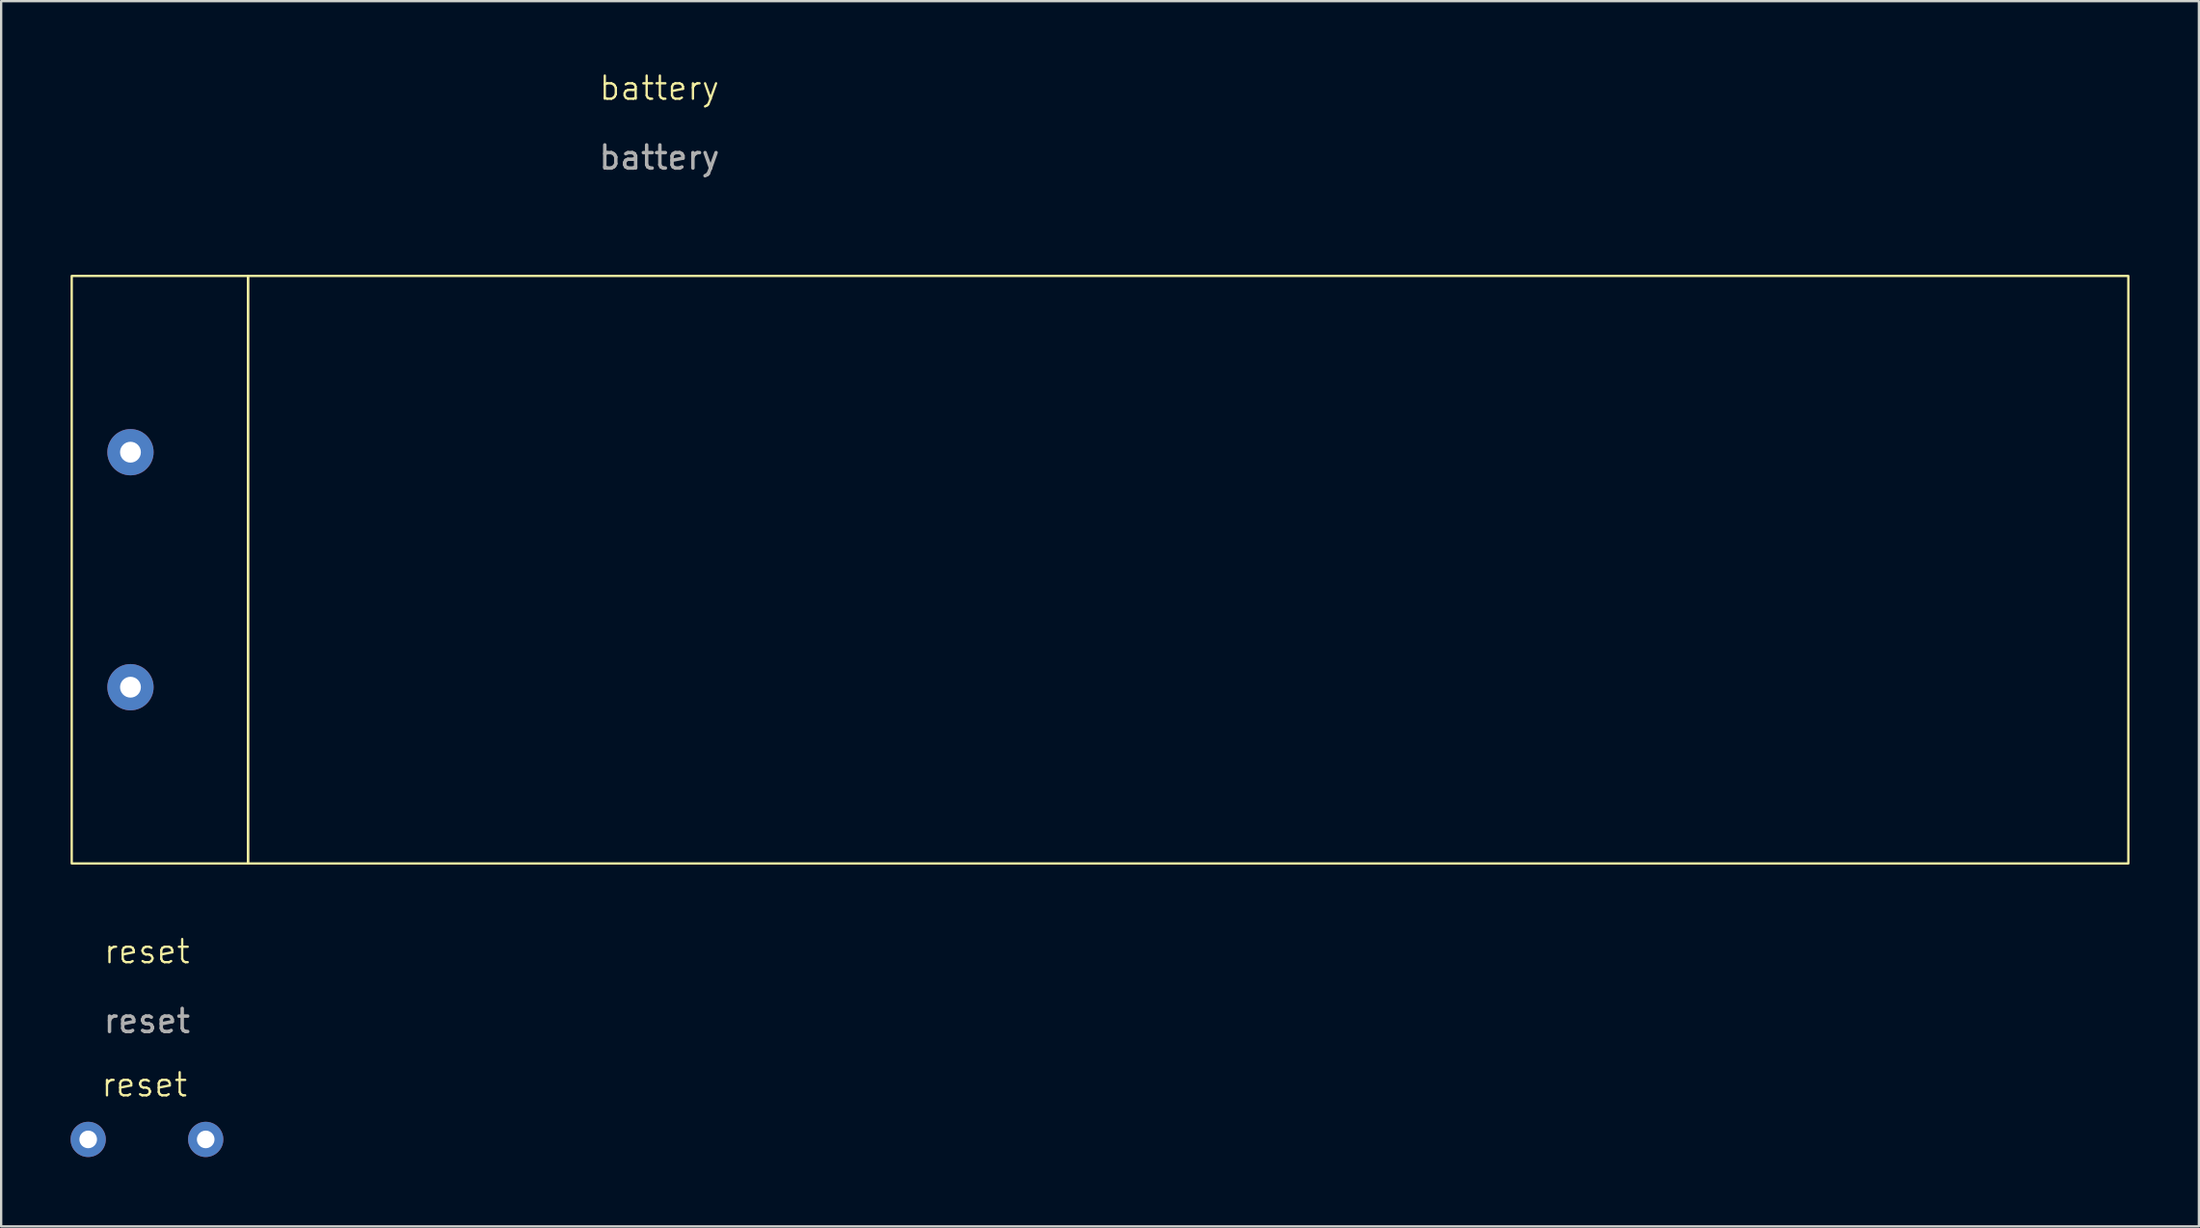
<source format=kicad_pcb>
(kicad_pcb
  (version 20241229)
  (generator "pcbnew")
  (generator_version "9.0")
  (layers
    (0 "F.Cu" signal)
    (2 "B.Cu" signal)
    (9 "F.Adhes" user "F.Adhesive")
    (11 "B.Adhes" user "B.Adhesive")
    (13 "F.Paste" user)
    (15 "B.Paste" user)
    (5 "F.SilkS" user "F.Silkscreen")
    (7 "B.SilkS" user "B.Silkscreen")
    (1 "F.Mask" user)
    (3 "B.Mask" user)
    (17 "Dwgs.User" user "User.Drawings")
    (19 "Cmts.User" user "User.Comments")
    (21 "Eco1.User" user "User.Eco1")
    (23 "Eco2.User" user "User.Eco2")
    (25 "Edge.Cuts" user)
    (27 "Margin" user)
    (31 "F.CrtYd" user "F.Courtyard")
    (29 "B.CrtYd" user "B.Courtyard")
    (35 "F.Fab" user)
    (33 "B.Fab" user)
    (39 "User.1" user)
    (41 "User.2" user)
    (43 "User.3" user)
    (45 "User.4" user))
  (footprint "reset"
    (layer "F.Cu")
    (at 3.302 38.591)
    (property "Reference" "reset" (at 0 -0.5 0) (unlocked yes) (layer "F.SilkS") (effects (font (size 1 1) (thickness 0.1))))
    (attr through_hole)
    (fp_text user "reset" (at -2.032 5.842 0) (unlocked yes) (layer "F.SilkS") (effects (font (size 1 1) (thickness 0.1)) (justify left bottom)))
    (fp_text user "${REFERENCE}" (at 0 2.5 0) (unlocked yes) (layer "F.Fab") (effects (font (size 1 1) (thickness 0.15))))
    (pad "1" thru_hole circle (at -2.54 7.62) (size 1.524 1.524) (drill 0.762) (layers "*.Cu" "*.Mask"))
    (pad "2" thru_hole circle (at 2.54 7.62) (size 1.524 1.524) (drill 0.762) (layers "*.Cu" "*.Mask")))
  (footprint "battery"
    (layer "F.Cu")
    (at 25.45 1.26)
    (property "Reference" "battery" (at 0 -0.5 0) (unlocked yes) (layer "F.SilkS") (effects (font (size 1 1) (thickness 0.1))))
    (attr through_hole)
    (fp_rect (start -25.4 7.62) (end -17.78 33.02) (stroke (width 0.1) (type default)) (fill no) (layer "F.SilkS"))
    (fp_rect (start -17.78 7.62) (end 63.5 33.02) (stroke (width 0.1) (type default)) (fill no) (layer "F.SilkS"))
    (fp_text user "${REFERENCE}" (at 0 2.5 0) (unlocked yes) (layer "F.Fab") (effects (font (size 1 1) (thickness 0.15))))
    (pad "1" thru_hole circle (at -22.86 25.4) (size 2 2) (drill 0.9) (layers "*.Cu" "*.Mask"))
    (pad "2" thru_hole circle (at -22.86 15.24) (size 2 2) (drill 0.9) (layers "*.Cu" "*.Mask")))
  (gr_rect
    (start -3 -3)
    (end 92 49.973)
    (stroke (width 0.1) (type default))
    (fill no)
    (layer "Edge.Cuts")))
</source>
